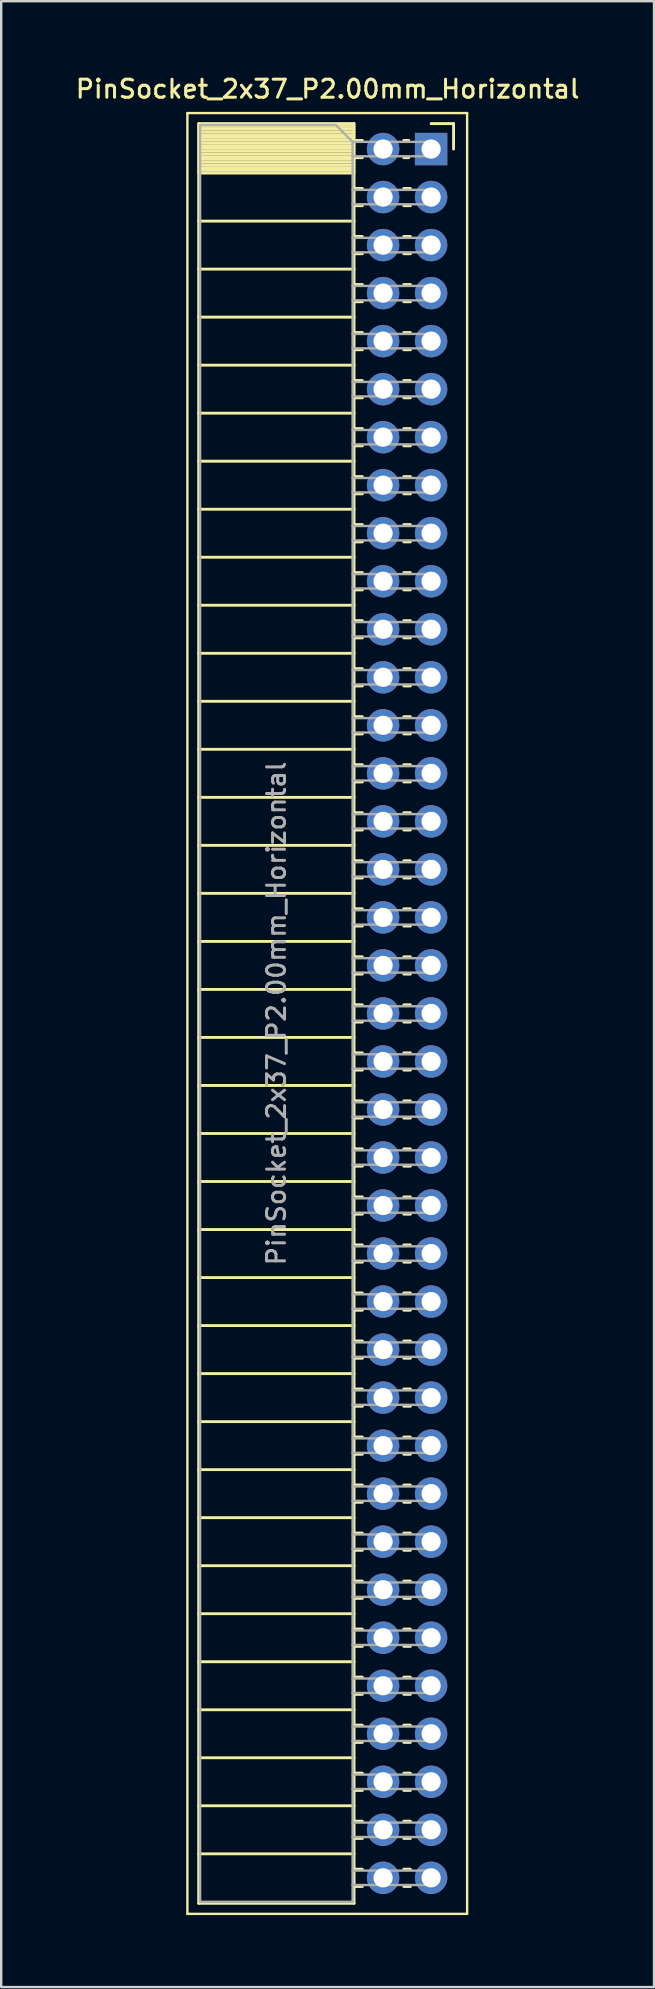
<source format=kicad_pcb>
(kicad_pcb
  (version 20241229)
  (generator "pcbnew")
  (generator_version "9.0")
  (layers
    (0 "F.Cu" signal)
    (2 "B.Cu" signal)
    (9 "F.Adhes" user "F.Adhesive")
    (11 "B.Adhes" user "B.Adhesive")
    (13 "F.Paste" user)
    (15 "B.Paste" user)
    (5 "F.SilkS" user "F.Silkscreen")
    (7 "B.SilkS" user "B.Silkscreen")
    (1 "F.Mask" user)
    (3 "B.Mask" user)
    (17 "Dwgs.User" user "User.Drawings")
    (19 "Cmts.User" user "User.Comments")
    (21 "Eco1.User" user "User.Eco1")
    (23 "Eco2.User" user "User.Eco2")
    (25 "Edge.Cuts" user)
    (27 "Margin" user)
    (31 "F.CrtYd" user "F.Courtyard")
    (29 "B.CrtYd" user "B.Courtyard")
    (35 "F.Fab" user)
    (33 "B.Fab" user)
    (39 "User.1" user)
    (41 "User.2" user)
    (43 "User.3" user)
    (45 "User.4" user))
  (footprint "PinSocket_2x37_P2.00mm_Horizontal"
    (layer "F.Cu")
    (at 14.905 3.158)
    (property "Reference" "PinSocket_2x37_P2.00mm_Horizontal" (at -4.31 -2.5 0) (layer "F.SilkS") (effects (font (size 0.75 0.75) (thickness 0.125))))
    (attr through_hole)
    (fp_line (start -10.15 -1.5) (end -10.15 73.5) (stroke (width 0.1) (type solid)) (layer "F.SilkS"))
    (fp_line (start -10.15 73.5) (end 1.5 73.5) (stroke (width 0.1) (type solid)) (layer "F.SilkS"))
    (fp_line (start -9.68 -1.06) (end -9.68 73.06) (stroke (width 0.12) (type solid)) (layer "F.SilkS"))
    (fp_line (start -9.68 -1.06) (end -3.21 -1.06) (stroke (width 0.12) (type solid)) (layer "F.SilkS"))
    (fp_line (start -9.68 -0.94) (end -3.21 -0.94) (stroke (width 0.12) (type solid)) (layer "F.SilkS"))
    (fp_line (start -9.68 -0.826) (end -3.21 -0.826) (stroke (width 0.12) (type solid)) (layer "F.SilkS"))
    (fp_line (start -9.68 -0.712) (end -3.21 -0.712) (stroke (width 0.12) (type solid)) (layer "F.SilkS"))
    (fp_line (start -9.68 -0.598) (end -3.21 -0.598) (stroke (width 0.12) (type solid)) (layer "F.SilkS"))
    (fp_line (start -9.68 -0.484) (end -3.21 -0.484) (stroke (width 0.12) (type solid)) (layer "F.SilkS"))
    (fp_line (start -9.68 -0.369) (end -3.21 -0.369) (stroke (width 0.12) (type solid)) (layer "F.SilkS"))
    (fp_line (start -9.68 -0.255) (end -3.21 -0.255) (stroke (width 0.12) (type solid)) (layer "F.SilkS"))
    (fp_line (start -9.68 -0.141) (end -3.21 -0.141) (stroke (width 0.12) (type solid)) (layer "F.SilkS"))
    (fp_line (start -9.68 -0.027) (end -3.21 -0.027) (stroke (width 0.12) (type solid)) (layer "F.SilkS"))
    (fp_line (start -9.68 0.087) (end -3.21 0.087) (stroke (width 0.12) (type solid)) (layer "F.SilkS"))
    (fp_line (start -9.68 0.201) (end -3.21 0.201) (stroke (width 0.12) (type solid)) (layer "F.SilkS"))
    (fp_line (start -9.68 0.315) (end -3.21 0.315) (stroke (width 0.12) (type solid)) (layer "F.SilkS"))
    (fp_line (start -9.68 0.429) (end -3.21 0.429) (stroke (width 0.12) (type solid)) (layer "F.SilkS"))
    (fp_line (start -9.68 0.544) (end -3.21 0.544) (stroke (width 0.12) (type solid)) (layer "F.SilkS"))
    (fp_line (start -9.68 0.658) (end -3.21 0.658) (stroke (width 0.12) (type solid)) (layer "F.SilkS"))
    (fp_line (start -9.68 0.772) (end -3.21 0.772) (stroke (width 0.12) (type solid)) (layer "F.SilkS"))
    (fp_line (start -9.68 0.886) (end -3.21 0.886) (stroke (width 0.12) (type solid)) (layer "F.SilkS"))
    (fp_line (start -9.68 1) (end -3.21 1) (stroke (width 0.12) (type solid)) (layer "F.SilkS"))
    (fp_line (start -9.68 3) (end -3.21 3) (stroke (width 0.12) (type solid)) (layer "F.SilkS"))
    (fp_line (start -9.68 5) (end -3.21 5) (stroke (width 0.12) (type solid)) (layer "F.SilkS"))
    (fp_line (start -9.68 7) (end -3.21 7) (stroke (width 0.12) (type solid)) (layer "F.SilkS"))
    (fp_line (start -9.68 9) (end -3.21 9) (stroke (width 0.12) (type solid)) (layer "F.SilkS"))
    (fp_line (start -9.68 11) (end -3.21 11) (stroke (width 0.12) (type solid)) (layer "F.SilkS"))
    (fp_line (start -9.68 13) (end -3.21 13) (stroke (width 0.12) (type solid)) (layer "F.SilkS"))
    (fp_line (start -9.68 15) (end -3.21 15) (stroke (width 0.12) (type solid)) (layer "F.SilkS"))
    (fp_line (start -9.68 17) (end -3.21 17) (stroke (width 0.12) (type solid)) (layer "F.SilkS"))
    (fp_line (start -9.68 19) (end -3.21 19) (stroke (width 0.12) (type solid)) (layer "F.SilkS"))
    (fp_line (start -9.68 21) (end -3.21 21) (stroke (width 0.12) (type solid)) (layer "F.SilkS"))
    (fp_line (start -9.68 23) (end -3.21 23) (stroke (width 0.12) (type solid)) (layer "F.SilkS"))
    (fp_line (start -9.68 25) (end -3.21 25) (stroke (width 0.12) (type solid)) (layer "F.SilkS"))
    (fp_line (start -9.68 27) (end -3.21 27) (stroke (width 0.12) (type solid)) (layer "F.SilkS"))
    (fp_line (start -9.68 29) (end -3.21 29) (stroke (width 0.12) (type solid)) (layer "F.SilkS"))
    (fp_line (start -9.68 31) (end -3.21 31) (stroke (width 0.12) (type solid)) (layer "F.SilkS"))
    (fp_line (start -9.68 33) (end -3.21 33) (stroke (width 0.12) (type solid)) (layer "F.SilkS"))
    (fp_line (start -9.68 35) (end -3.21 35) (stroke (width 0.12) (type solid)) (layer "F.SilkS"))
    (fp_line (start -9.68 37) (end -3.21 37) (stroke (width 0.12) (type solid)) (layer "F.SilkS"))
    (fp_line (start -9.68 39) (end -3.21 39) (stroke (width 0.12) (type solid)) (layer "F.SilkS"))
    (fp_line (start -9.68 41) (end -3.21 41) (stroke (width 0.12) (type solid)) (layer "F.SilkS"))
    (fp_line (start -9.68 43) (end -3.21 43) (stroke (width 0.12) (type solid)) (layer "F.SilkS"))
    (fp_line (start -9.68 45) (end -3.21 45) (stroke (width 0.12) (type solid)) (layer "F.SilkS"))
    (fp_line (start -9.68 47) (end -3.21 47) (stroke (width 0.12) (type solid)) (layer "F.SilkS"))
    (fp_line (start -9.68 49) (end -3.21 49) (stroke (width 0.12) (type solid)) (layer "F.SilkS"))
    (fp_line (start -9.68 51) (end -3.21 51) (stroke (width 0.12) (type solid)) (layer "F.SilkS"))
    (fp_line (start -9.68 53) (end -3.21 53) (stroke (width 0.12) (type solid)) (layer "F.SilkS"))
    (fp_line (start -9.68 55) (end -3.21 55) (stroke (width 0.12) (type solid)) (layer "F.SilkS"))
    (fp_line (start -9.68 57) (end -3.21 57) (stroke (width 0.12) (type solid)) (layer "F.SilkS"))
    (fp_line (start -9.68 59) (end -3.21 59) (stroke (width 0.12) (type solid)) (layer "F.SilkS"))
    (fp_line (start -9.68 61) (end -3.21 61) (stroke (width 0.12) (type solid)) (layer "F.SilkS"))
    (fp_line (start -9.68 63) (end -3.21 63) (stroke (width 0.12) (type solid)) (layer "F.SilkS"))
    (fp_line (start -9.68 65) (end -3.21 65) (stroke (width 0.12) (type solid)) (layer "F.SilkS"))
    (fp_line (start -9.68 67) (end -3.21 67) (stroke (width 0.12) (type solid)) (layer "F.SilkS"))
    (fp_line (start -9.68 69) (end -3.21 69) (stroke (width 0.12) (type solid)) (layer "F.SilkS"))
    (fp_line (start -9.68 71) (end -3.21 71) (stroke (width 0.12) (type solid)) (layer "F.SilkS"))
    (fp_line (start -9.68 73.06) (end -3.21 73.06) (stroke (width 0.12) (type solid)) (layer "F.SilkS"))
    (fp_line (start -3.21 -1.06) (end -3.21 73.06) (stroke (width 0.12) (type solid)) (layer "F.SilkS"))
    (fp_line (start -3.21 -0.36) (end -2.863 -0.36) (stroke (width 0.12) (type solid)) (layer "F.SilkS"))
    (fp_line (start -3.21 0.36) (end -2.863 0.36) (stroke (width 0.12) (type solid)) (layer "F.SilkS"))
    (fp_line (start -3.21 1.64) (end -2.863 1.64) (stroke (width 0.12) (type solid)) (layer "F.SilkS"))
    (fp_line (start -3.21 2.36) (end -2.863 2.36) (stroke (width 0.12) (type solid)) (layer "F.SilkS"))
    (fp_line (start -3.21 3.64) (end -2.863 3.64) (stroke (width 0.12) (type solid)) (layer "F.SilkS"))
    (fp_line (start -3.21 4.36) (end -2.863 4.36) (stroke (width 0.12) (type solid)) (layer "F.SilkS"))
    (fp_line (start -3.21 5.64) (end -2.863 5.64) (stroke (width 0.12) (type solid)) (layer "F.SilkS"))
    (fp_line (start -3.21 6.36) (end -2.863 6.36) (stroke (width 0.12) (type solid)) (layer "F.SilkS"))
    (fp_line (start -3.21 7.64) (end -2.863 7.64) (stroke (width 0.12) (type solid)) (layer "F.SilkS"))
    (fp_line (start -3.21 8.36) (end -2.863 8.36) (stroke (width 0.12) (type solid)) (layer "F.SilkS"))
    (fp_line (start -3.21 9.64) (end -2.863 9.64) (stroke (width 0.12) (type solid)) (layer "F.SilkS"))
    (fp_line (start -3.21 10.36) (end -2.863 10.36) (stroke (width 0.12) (type solid)) (layer "F.SilkS"))
    (fp_line (start -3.21 11.64) (end -2.863 11.64) (stroke (width 0.12) (type solid)) (layer "F.SilkS"))
    (fp_line (start -3.21 12.36) (end -2.863 12.36) (stroke (width 0.12) (type solid)) (layer "F.SilkS"))
    (fp_line (start -3.21 13.64) (end -2.863 13.64) (stroke (width 0.12) (type solid)) (layer "F.SilkS"))
    (fp_line (start -3.21 14.36) (end -2.863 14.36) (stroke (width 0.12) (type solid)) (layer "F.SilkS"))
    (fp_line (start -3.21 15.64) (end -2.863 15.64) (stroke (width 0.12) (type solid)) (layer "F.SilkS"))
    (fp_line (start -3.21 16.36) (end -2.863 16.36) (stroke (width 0.12) (type solid)) (layer "F.SilkS"))
    (fp_line (start -3.21 17.64) (end -2.863 17.64) (stroke (width 0.12) (type solid)) (layer "F.SilkS"))
    (fp_line (start -3.21 18.36) (end -2.863 18.36) (stroke (width 0.12) (type solid)) (layer "F.SilkS"))
    (fp_line (start -3.21 19.64) (end -2.863 19.64) (stroke (width 0.12) (type solid)) (layer "F.SilkS"))
    (fp_line (start -3.21 20.36) (end -2.863 20.36) (stroke (width 0.12) (type solid)) (layer "F.SilkS"))
    (fp_line (start -3.21 21.64) (end -2.863 21.64) (stroke (width 0.12) (type solid)) (layer "F.SilkS"))
    (fp_line (start -3.21 22.36) (end -2.863 22.36) (stroke (width 0.12) (type solid)) (layer "F.SilkS"))
    (fp_line (start -3.21 23.64) (end -2.863 23.64) (stroke (width 0.12) (type solid)) (layer "F.SilkS"))
    (fp_line (start -3.21 24.36) (end -2.863 24.36) (stroke (width 0.12) (type solid)) (layer "F.SilkS"))
    (fp_line (start -3.21 25.64) (end -2.863 25.64) (stroke (width 0.12) (type solid)) (layer "F.SilkS"))
    (fp_line (start -3.21 26.36) (end -2.863 26.36) (stroke (width 0.12) (type solid)) (layer "F.SilkS"))
    (fp_line (start -3.21 27.64) (end -2.863 27.64) (stroke (width 0.12) (type solid)) (layer "F.SilkS"))
    (fp_line (start -3.21 28.36) (end -2.863 28.36) (stroke (width 0.12) (type solid)) (layer "F.SilkS"))
    (fp_line (start -3.21 29.64) (end -2.863 29.64) (stroke (width 0.12) (type solid)) (layer "F.SilkS"))
    (fp_line (start -3.21 30.36) (end -2.863 30.36) (stroke (width 0.12) (type solid)) (layer "F.SilkS"))
    (fp_line (start -3.21 31.64) (end -2.863 31.64) (stroke (width 0.12) (type solid)) (layer "F.SilkS"))
    (fp_line (start -3.21 32.36) (end -2.863 32.36) (stroke (width 0.12) (type solid)) (layer "F.SilkS"))
    (fp_line (start -3.21 33.64) (end -2.863 33.64) (stroke (width 0.12) (type solid)) (layer "F.SilkS"))
    (fp_line (start -3.21 34.36) (end -2.863 34.36) (stroke (width 0.12) (type solid)) (layer "F.SilkS"))
    (fp_line (start -3.21 35.64) (end -2.863 35.64) (stroke (width 0.12) (type solid)) (layer "F.SilkS"))
    (fp_line (start -3.21 36.36) (end -2.863 36.36) (stroke (width 0.12) (type solid)) (layer "F.SilkS"))
    (fp_line (start -3.21 37.64) (end -2.863 37.64) (stroke (width 0.12) (type solid)) (layer "F.SilkS"))
    (fp_line (start -3.21 38.36) (end -2.863 38.36) (stroke (width 0.12) (type solid)) (layer "F.SilkS"))
    (fp_line (start -3.21 39.64) (end -2.863 39.64) (stroke (width 0.12) (type solid)) (layer "F.SilkS"))
    (fp_line (start -3.21 40.36) (end -2.863 40.36) (stroke (width 0.12) (type solid)) (layer "F.SilkS"))
    (fp_line (start -3.21 41.64) (end -2.863 41.64) (stroke (width 0.12) (type solid)) (layer "F.SilkS"))
    (fp_line (start -3.21 42.36) (end -2.863 42.36) (stroke (width 0.12) (type solid)) (layer "F.SilkS"))
    (fp_line (start -3.21 43.64) (end -2.863 43.64) (stroke (width 0.12) (type solid)) (layer "F.SilkS"))
    (fp_line (start -3.21 44.36) (end -2.863 44.36) (stroke (width 0.12) (type solid)) (layer "F.SilkS"))
    (fp_line (start -3.21 45.64) (end -2.863 45.64) (stroke (width 0.12) (type solid)) (layer "F.SilkS"))
    (fp_line (start -3.21 46.36) (end -2.863 46.36) (stroke (width 0.12) (type solid)) (layer "F.SilkS"))
    (fp_line (start -3.21 47.64) (end -2.863 47.64) (stroke (width 0.12) (type solid)) (layer "F.SilkS"))
    (fp_line (start -3.21 48.36) (end -2.863 48.36) (stroke (width 0.12) (type solid)) (layer "F.SilkS"))
    (fp_line (start -3.21 49.64) (end -2.863 49.64) (stroke (width 0.12) (type solid)) (layer "F.SilkS"))
    (fp_line (start -3.21 50.36) (end -2.863 50.36) (stroke (width 0.12) (type solid)) (layer "F.SilkS"))
    (fp_line (start -3.21 51.64) (end -2.863 51.64) (stroke (width 0.12) (type solid)) (layer "F.SilkS"))
    (fp_line (start -3.21 52.36) (end -2.863 52.36) (stroke (width 0.12) (type solid)) (layer "F.SilkS"))
    (fp_line (start -3.21 53.64) (end -2.863 53.64) (stroke (width 0.12) (type solid)) (layer "F.SilkS"))
    (fp_line (start -3.21 54.36) (end -2.863 54.36) (stroke (width 0.12) (type solid)) (layer "F.SilkS"))
    (fp_line (start -3.21 55.64) (end -2.863 55.64) (stroke (width 0.12) (type solid)) (layer "F.SilkS"))
    (fp_line (start -3.21 56.36) (end -2.863 56.36) (stroke (width 0.12) (type solid)) (layer "F.SilkS"))
    (fp_line (start -3.21 57.64) (end -2.863 57.64) (stroke (width 0.12) (type solid)) (layer "F.SilkS"))
    (fp_line (start -3.21 58.36) (end -2.863 58.36) (stroke (width 0.12) (type solid)) (layer "F.SilkS"))
    (fp_line (start -3.21 59.64) (end -2.863 59.64) (stroke (width 0.12) (type solid)) (layer "F.SilkS"))
    (fp_line (start -3.21 60.36) (end -2.863 60.36) (stroke (width 0.12) (type solid)) (layer "F.SilkS"))
    (fp_line (start -3.21 61.64) (end -2.863 61.64) (stroke (width 0.12) (type solid)) (layer "F.SilkS"))
    (fp_line (start -3.21 62.36) (end -2.863 62.36) (stroke (width 0.12) (type solid)) (layer "F.SilkS"))
    (fp_line (start -3.21 63.64) (end -2.863 63.64) (stroke (width 0.12) (type solid)) (layer "F.SilkS"))
    (fp_line (start -3.21 64.36) (end -2.863 64.36) (stroke (width 0.12) (type solid)) (layer "F.SilkS"))
    (fp_line (start -3.21 65.64) (end -2.863 65.64) (stroke (width 0.12) (type solid)) (layer "F.SilkS"))
    (fp_line (start -3.21 66.36) (end -2.863 66.36) (stroke (width 0.12) (type solid)) (layer "F.SilkS"))
    (fp_line (start -3.21 67.64) (end -2.863 67.64) (stroke (width 0.12) (type solid)) (layer "F.SilkS"))
    (fp_line (start -3.21 68.36) (end -2.863 68.36) (stroke (width 0.12) (type solid)) (layer "F.SilkS"))
    (fp_line (start -3.21 69.64) (end -2.863 69.64) (stroke (width 0.12) (type solid)) (layer "F.SilkS"))
    (fp_line (start -3.21 70.36) (end -2.863 70.36) (stroke (width 0.12) (type solid)) (layer "F.SilkS"))
    (fp_line (start -3.21 71.64) (end -2.863 71.64) (stroke (width 0.12) (type solid)) (layer "F.SilkS"))
    (fp_line (start -3.21 72.36) (end -2.863 72.36) (stroke (width 0.12) (type solid)) (layer "F.SilkS"))
    (fp_line (start -1.137 -0.36) (end -0.935 -0.36) (stroke (width 0.12) (type solid)) (layer "F.SilkS"))
    (fp_line (start -1.137 0.36) (end -0.935 0.36) (stroke (width 0.12) (type solid)) (layer "F.SilkS"))
    (fp_line (start -1.137 1.64) (end -0.863 1.64) (stroke (width 0.12) (type solid)) (layer "F.SilkS"))
    (fp_line (start -1.137 2.36) (end -0.863 2.36) (stroke (width 0.12) (type solid)) (layer "F.SilkS"))
    (fp_line (start -1.137 3.64) (end -0.863 3.64) (stroke (width 0.12) (type solid)) (layer "F.SilkS"))
    (fp_line (start -1.137 4.36) (end -0.863 4.36) (stroke (width 0.12) (type solid)) (layer "F.SilkS"))
    (fp_line (start -1.137 5.64) (end -0.863 5.64) (stroke (width 0.12) (type solid)) (layer "F.SilkS"))
    (fp_line (start -1.137 6.36) (end -0.863 6.36) (stroke (width 0.12) (type solid)) (layer "F.SilkS"))
    (fp_line (start -1.137 7.64) (end -0.863 7.64) (stroke (width 0.12) (type solid)) (layer "F.SilkS"))
    (fp_line (start -1.137 8.36) (end -0.863 8.36) (stroke (width 0.12) (type solid)) (layer "F.SilkS"))
    (fp_line (start -1.137 9.64) (end -0.863 9.64) (stroke (width 0.12) (type solid)) (layer "F.SilkS"))
    (fp_line (start -1.137 10.36) (end -0.863 10.36) (stroke (width 0.12) (type solid)) (layer "F.SilkS"))
    (fp_line (start -1.137 11.64) (end -0.863 11.64) (stroke (width 0.12) (type solid)) (layer "F.SilkS"))
    (fp_line (start -1.137 12.36) (end -0.863 12.36) (stroke (width 0.12) (type solid)) (layer "F.SilkS"))
    (fp_line (start -1.137 13.64) (end -0.863 13.64) (stroke (width 0.12) (type solid)) (layer "F.SilkS"))
    (fp_line (start -1.137 14.36) (end -0.863 14.36) (stroke (width 0.12) (type solid)) (layer "F.SilkS"))
    (fp_line (start -1.137 15.64) (end -0.863 15.64) (stroke (width 0.12) (type solid)) (layer "F.SilkS"))
    (fp_line (start -1.137 16.36) (end -0.863 16.36) (stroke (width 0.12) (type solid)) (layer "F.SilkS"))
    (fp_line (start -1.137 17.64) (end -0.863 17.64) (stroke (width 0.12) (type solid)) (layer "F.SilkS"))
    (fp_line (start -1.137 18.36) (end -0.863 18.36) (stroke (width 0.12) (type solid)) (layer "F.SilkS"))
    (fp_line (start -1.137 19.64) (end -0.863 19.64) (stroke (width 0.12) (type solid)) (layer "F.SilkS"))
    (fp_line (start -1.137 20.36) (end -0.863 20.36) (stroke (width 0.12) (type solid)) (layer "F.SilkS"))
    (fp_line (start -1.137 21.64) (end -0.863 21.64) (stroke (width 0.12) (type solid)) (layer "F.SilkS"))
    (fp_line (start -1.137 22.36) (end -0.863 22.36) (stroke (width 0.12) (type solid)) (layer "F.SilkS"))
    (fp_line (start -1.137 23.64) (end -0.863 23.64) (stroke (width 0.12) (type solid)) (layer "F.SilkS"))
    (fp_line (start -1.137 24.36) (end -0.863 24.36) (stroke (width 0.12) (type solid)) (layer "F.SilkS"))
    (fp_line (start -1.137 25.64) (end -0.863 25.64) (stroke (width 0.12) (type solid)) (layer "F.SilkS"))
    (fp_line (start -1.137 26.36) (end -0.863 26.36) (stroke (width 0.12) (type solid)) (layer "F.SilkS"))
    (fp_line (start -1.137 27.64) (end -0.863 27.64) (stroke (width 0.12) (type solid)) (layer "F.SilkS"))
    (fp_line (start -1.137 28.36) (end -0.863 28.36) (stroke (width 0.12) (type solid)) (layer "F.SilkS"))
    (fp_line (start -1.137 29.64) (end -0.863 29.64) (stroke (width 0.12) (type solid)) (layer "F.SilkS"))
    (fp_line (start -1.137 30.36) (end -0.863 30.36) (stroke (width 0.12) (type solid)) (layer "F.SilkS"))
    (fp_line (start -1.137 31.64) (end -0.863 31.64) (stroke (width 0.12) (type solid)) (layer "F.SilkS"))
    (fp_line (start -1.137 32.36) (end -0.863 32.36) (stroke (width 0.12) (type solid)) (layer "F.SilkS"))
    (fp_line (start -1.137 33.64) (end -0.863 33.64) (stroke (width 0.12) (type solid)) (layer "F.SilkS"))
    (fp_line (start -1.137 34.36) (end -0.863 34.36) (stroke (width 0.12) (type solid)) (layer "F.SilkS"))
    (fp_line (start -1.137 35.64) (end -0.863 35.64) (stroke (width 0.12) (type solid)) (layer "F.SilkS"))
    (fp_line (start -1.137 36.36) (end -0.863 36.36) (stroke (width 0.12) (type solid)) (layer "F.SilkS"))
    (fp_line (start -1.137 37.64) (end -0.863 37.64) (stroke (width 0.12) (type solid)) (layer "F.SilkS"))
    (fp_line (start -1.137 38.36) (end -0.863 38.36) (stroke (width 0.12) (type solid)) (layer "F.SilkS"))
    (fp_line (start -1.137 39.64) (end -0.863 39.64) (stroke (width 0.12) (type solid)) (layer "F.SilkS"))
    (fp_line (start -1.137 40.36) (end -0.863 40.36) (stroke (width 0.12) (type solid)) (layer "F.SilkS"))
    (fp_line (start -1.137 41.64) (end -0.863 41.64) (stroke (width 0.12) (type solid)) (layer "F.SilkS"))
    (fp_line (start -1.137 42.36) (end -0.863 42.36) (stroke (width 0.12) (type solid)) (layer "F.SilkS"))
    (fp_line (start -1.137 43.64) (end -0.863 43.64) (stroke (width 0.12) (type solid)) (layer "F.SilkS"))
    (fp_line (start -1.137 44.36) (end -0.863 44.36) (stroke (width 0.12) (type solid)) (layer "F.SilkS"))
    (fp_line (start -1.137 45.64) (end -0.863 45.64) (stroke (width 0.12) (type solid)) (layer "F.SilkS"))
    (fp_line (start -1.137 46.36) (end -0.863 46.36) (stroke (width 0.12) (type solid)) (layer "F.SilkS"))
    (fp_line (start -1.137 47.64) (end -0.863 47.64) (stroke (width 0.12) (type solid)) (layer "F.SilkS"))
    (fp_line (start -1.137 48.36) (end -0.863 48.36) (stroke (width 0.12) (type solid)) (layer "F.SilkS"))
    (fp_line (start -1.137 49.64) (end -0.863 49.64) (stroke (width 0.12) (type solid)) (layer "F.SilkS"))
    (fp_line (start -1.137 50.36) (end -0.863 50.36) (stroke (width 0.12) (type solid)) (layer "F.SilkS"))
    (fp_line (start -1.137 51.64) (end -0.863 51.64) (stroke (width 0.12) (type solid)) (layer "F.SilkS"))
    (fp_line (start -1.137 52.36) (end -0.863 52.36) (stroke (width 0.12) (type solid)) (layer "F.SilkS"))
    (fp_line (start -1.137 53.64) (end -0.863 53.64) (stroke (width 0.12) (type solid)) (layer "F.SilkS"))
    (fp_line (start -1.137 54.36) (end -0.863 54.36) (stroke (width 0.12) (type solid)) (layer "F.SilkS"))
    (fp_line (start -1.137 55.64) (end -0.863 55.64) (stroke (width 0.12) (type solid)) (layer "F.SilkS"))
    (fp_line (start -1.137 56.36) (end -0.863 56.36) (stroke (width 0.12) (type solid)) (layer "F.SilkS"))
    (fp_line (start -1.137 57.64) (end -0.863 57.64) (stroke (width 0.12) (type solid)) (layer "F.SilkS"))
    (fp_line (start -1.137 58.36) (end -0.863 58.36) (stroke (width 0.12) (type solid)) (layer "F.SilkS"))
    (fp_line (start -1.137 59.64) (end -0.863 59.64) (stroke (width 0.12) (type solid)) (layer "F.SilkS"))
    (fp_line (start -1.137 60.36) (end -0.863 60.36) (stroke (width 0.12) (type solid)) (layer "F.SilkS"))
    (fp_line (start -1.137 61.64) (end -0.863 61.64) (stroke (width 0.12) (type solid)) (layer "F.SilkS"))
    (fp_line (start -1.137 62.36) (end -0.863 62.36) (stroke (width 0.12) (type solid)) (layer "F.SilkS"))
    (fp_line (start -1.137 63.64) (end -0.863 63.64) (stroke (width 0.12) (type solid)) (layer "F.SilkS"))
    (fp_line (start -1.137 64.36) (end -0.863 64.36) (stroke (width 0.12) (type solid)) (layer "F.SilkS"))
    (fp_line (start -1.137 65.64) (end -0.863 65.64) (stroke (width 0.12) (type solid)) (layer "F.SilkS"))
    (fp_line (start -1.137 66.36) (end -0.863 66.36) (stroke (width 0.12) (type solid)) (layer "F.SilkS"))
    (fp_line (start -1.137 67.64) (end -0.863 67.64) (stroke (width 0.12) (type solid)) (layer "F.SilkS"))
    (fp_line (start -1.137 68.36) (end -0.863 68.36) (stroke (width 0.12) (type solid)) (layer "F.SilkS"))
    (fp_line (start -1.137 69.64) (end -0.863 69.64) (stroke (width 0.12) (type solid)) (layer "F.SilkS"))
    (fp_line (start -1.137 70.36) (end -0.863 70.36) (stroke (width 0.12) (type solid)) (layer "F.SilkS"))
    (fp_line (start -1.137 71.64) (end -0.863 71.64) (stroke (width 0.12) (type solid)) (layer "F.SilkS"))
    (fp_line (start -1.137 72.36) (end -0.863 72.36) (stroke (width 0.12) (type solid)) (layer "F.SilkS"))
    (fp_line (start 0 -1.06) (end 0.935 -1.06) (stroke (width 0.12) (type solid)) (layer "F.SilkS"))
    (fp_line (start 0.935 -1.06) (end 0.935 0) (stroke (width 0.12) (type solid)) (layer "F.SilkS"))
    (fp_line (start 1.5 -1.5) (end -10.15 -1.5) (stroke (width 0.1) (type solid)) (layer "F.SilkS"))
    (fp_line (start 1.5 73.5) (end 1.5 -1.5) (stroke (width 0.1) (type solid)) (layer "F.SilkS"))
    (fp_line (start -9.62 -1) (end -3.97 -1) (stroke (width 0.1) (type solid)) (layer "F.Fab"))
    (fp_line (start -9.62 73) (end -9.62 -1) (stroke (width 0.1) (type solid)) (layer "F.Fab"))
    (fp_line (start -3.97 -1) (end -3.27 -0.3) (stroke (width 0.1) (type solid)) (layer "F.Fab"))
    (fp_line (start -3.27 -0.3) (end -3.27 73) (stroke (width 0.1) (type solid)) (layer "F.Fab"))
    (fp_line (start -3.27 0.3) (end 0 0.3) (stroke (width 0.1) (type solid)) (layer "F.Fab"))
    (fp_line (start -3.27 2.3) (end 0 2.3) (stroke (width 0.1) (type solid)) (layer "F.Fab"))
    (fp_line (start -3.27 4.3) (end 0 4.3) (stroke (width 0.1) (type solid)) (layer "F.Fab"))
    (fp_line (start -3.27 6.3) (end 0 6.3) (stroke (width 0.1) (type solid)) (layer "F.Fab"))
    (fp_line (start -3.27 8.3) (end 0 8.3) (stroke (width 0.1) (type solid)) (layer "F.Fab"))
    (fp_line (start -3.27 10.3) (end 0 10.3) (stroke (width 0.1) (type solid)) (layer "F.Fab"))
    (fp_line (start -3.27 12.3) (end 0 12.3) (stroke (width 0.1) (type solid)) (layer "F.Fab"))
    (fp_line (start -3.27 14.3) (end 0 14.3) (stroke (width 0.1) (type solid)) (layer "F.Fab"))
    (fp_line (start -3.27 16.3) (end 0 16.3) (stroke (width 0.1) (type solid)) (layer "F.Fab"))
    (fp_line (start -3.27 18.3) (end 0 18.3) (stroke (width 0.1) (type solid)) (layer "F.Fab"))
    (fp_line (start -3.27 20.3) (end 0 20.3) (stroke (width 0.1) (type solid)) (layer "F.Fab"))
    (fp_line (start -3.27 22.3) (end 0 22.3) (stroke (width 0.1) (type solid)) (layer "F.Fab"))
    (fp_line (start -3.27 24.3) (end 0 24.3) (stroke (width 0.1) (type solid)) (layer "F.Fab"))
    (fp_line (start -3.27 26.3) (end 0 26.3) (stroke (width 0.1) (type solid)) (layer "F.Fab"))
    (fp_line (start -3.27 28.3) (end 0 28.3) (stroke (width 0.1) (type solid)) (layer "F.Fab"))
    (fp_line (start -3.27 30.3) (end 0 30.3) (stroke (width 0.1) (type solid)) (layer "F.Fab"))
    (fp_line (start -3.27 32.3) (end 0 32.3) (stroke (width 0.1) (type solid)) (layer "F.Fab"))
    (fp_line (start -3.27 34.3) (end 0 34.3) (stroke (width 0.1) (type solid)) (layer "F.Fab"))
    (fp_line (start -3.27 36.3) (end 0 36.3) (stroke (width 0.1) (type solid)) (layer "F.Fab"))
    (fp_line (start -3.27 38.3) (end 0 38.3) (stroke (width 0.1) (type solid)) (layer "F.Fab"))
    (fp_line (start -3.27 40.3) (end 0 40.3) (stroke (width 0.1) (type solid)) (layer "F.Fab"))
    (fp_line (start -3.27 42.3) (end 0 42.3) (stroke (width 0.1) (type solid)) (layer "F.Fab"))
    (fp_line (start -3.27 44.3) (end 0 44.3) (stroke (width 0.1) (type solid)) (layer "F.Fab"))
    (fp_line (start -3.27 46.3) (end 0 46.3) (stroke (width 0.1) (type solid)) (layer "F.Fab"))
    (fp_line (start -3.27 48.3) (end 0 48.3) (stroke (width 0.1) (type solid)) (layer "F.Fab"))
    (fp_line (start -3.27 50.3) (end 0 50.3) (stroke (width 0.1) (type solid)) (layer "F.Fab"))
    (fp_line (start -3.27 52.3) (end 0 52.3) (stroke (width 0.1) (type solid)) (layer "F.Fab"))
    (fp_line (start -3.27 54.3) (end 0 54.3) (stroke (width 0.1) (type solid)) (layer "F.Fab"))
    (fp_line (start -3.27 56.3) (end 0 56.3) (stroke (width 0.1) (type solid)) (layer "F.Fab"))
    (fp_line (start -3.27 58.3) (end 0 58.3) (stroke (width 0.1) (type solid)) (layer "F.Fab"))
    (fp_line (start -3.27 60.3) (end 0 60.3) (stroke (width 0.1) (type solid)) (layer "F.Fab"))
    (fp_line (start -3.27 62.3) (end 0 62.3) (stroke (width 0.1) (type solid)) (layer "F.Fab"))
    (fp_line (start -3.27 64.3) (end 0 64.3) (stroke (width 0.1) (type solid)) (layer "F.Fab"))
    (fp_line (start -3.27 66.3) (end 0 66.3) (stroke (width 0.1) (type solid)) (layer "F.Fab"))
    (fp_line (start -3.27 68.3) (end 0 68.3) (stroke (width 0.1) (type solid)) (layer "F.Fab"))
    (fp_line (start -3.27 70.3) (end 0 70.3) (stroke (width 0.1) (type solid)) (layer "F.Fab"))
    (fp_line (start -3.27 72.3) (end 0 72.3) (stroke (width 0.1) (type solid)) (layer "F.Fab"))
    (fp_line (start -3.27 73) (end -9.62 73) (stroke (width 0.1) (type solid)) (layer "F.Fab"))
    (fp_line (start 0 -0.3) (end -3.27 -0.3) (stroke (width 0.1) (type solid)) (layer "F.Fab"))
    (fp_line (start 0 0.3) (end 0 -0.3) (stroke (width 0.1) (type solid)) (layer "F.Fab"))
    (fp_line (start 0 1.7) (end -3.27 1.7) (stroke (width 0.1) (type solid)) (layer "F.Fab"))
    (fp_line (start 0 2.3) (end 0 1.7) (stroke (width 0.1) (type solid)) (layer "F.Fab"))
    (fp_line (start 0 3.7) (end -3.27 3.7) (stroke (width 0.1) (type solid)) (layer "F.Fab"))
    (fp_line (start 0 4.3) (end 0 3.7) (stroke (width 0.1) (type solid)) (layer "F.Fab"))
    (fp_line (start 0 5.7) (end -3.27 5.7) (stroke (width 0.1) (type solid)) (layer "F.Fab"))
    (fp_line (start 0 6.3) (end 0 5.7) (stroke (width 0.1) (type solid)) (layer "F.Fab"))
    (fp_line (start 0 7.7) (end -3.27 7.7) (stroke (width 0.1) (type solid)) (layer "F.Fab"))
    (fp_line (start 0 8.3) (end 0 7.7) (stroke (width 0.1) (type solid)) (layer "F.Fab"))
    (fp_line (start 0 9.7) (end -3.27 9.7) (stroke (width 0.1) (type solid)) (layer "F.Fab"))
    (fp_line (start 0 10.3) (end 0 9.7) (stroke (width 0.1) (type solid)) (layer "F.Fab"))
    (fp_line (start 0 11.7) (end -3.27 11.7) (stroke (width 0.1) (type solid)) (layer "F.Fab"))
    (fp_line (start 0 12.3) (end 0 11.7) (stroke (width 0.1) (type solid)) (layer "F.Fab"))
    (fp_line (start 0 13.7) (end -3.27 13.7) (stroke (width 0.1) (type solid)) (layer "F.Fab"))
    (fp_line (start 0 14.3) (end 0 13.7) (stroke (width 0.1) (type solid)) (layer "F.Fab"))
    (fp_line (start 0 15.7) (end -3.27 15.7) (stroke (width 0.1) (type solid)) (layer "F.Fab"))
    (fp_line (start 0 16.3) (end 0 15.7) (stroke (width 0.1) (type solid)) (layer "F.Fab"))
    (fp_line (start 0 17.7) (end -3.27 17.7) (stroke (width 0.1) (type solid)) (layer "F.Fab"))
    (fp_line (start 0 18.3) (end 0 17.7) (stroke (width 0.1) (type solid)) (layer "F.Fab"))
    (fp_line (start 0 19.7) (end -3.27 19.7) (stroke (width 0.1) (type solid)) (layer "F.Fab"))
    (fp_line (start 0 20.3) (end 0 19.7) (stroke (width 0.1) (type solid)) (layer "F.Fab"))
    (fp_line (start 0 21.7) (end -3.27 21.7) (stroke (width 0.1) (type solid)) (layer "F.Fab"))
    (fp_line (start 0 22.3) (end 0 21.7) (stroke (width 0.1) (type solid)) (layer "F.Fab"))
    (fp_line (start 0 23.7) (end -3.27 23.7) (stroke (width 0.1) (type solid)) (layer "F.Fab"))
    (fp_line (start 0 24.3) (end 0 23.7) (stroke (width 0.1) (type solid)) (layer "F.Fab"))
    (fp_line (start 0 25.7) (end -3.27 25.7) (stroke (width 0.1) (type solid)) (layer "F.Fab"))
    (fp_line (start 0 26.3) (end 0 25.7) (stroke (width 0.1) (type solid)) (layer "F.Fab"))
    (fp_line (start 0 27.7) (end -3.27 27.7) (stroke (width 0.1) (type solid)) (layer "F.Fab"))
    (fp_line (start 0 28.3) (end 0 27.7) (stroke (width 0.1) (type solid)) (layer "F.Fab"))
    (fp_line (start 0 29.7) (end -3.27 29.7) (stroke (width 0.1) (type solid)) (layer "F.Fab"))
    (fp_line (start 0 30.3) (end 0 29.7) (stroke (width 0.1) (type solid)) (layer "F.Fab"))
    (fp_line (start 0 31.7) (end -3.27 31.7) (stroke (width 0.1) (type solid)) (layer "F.Fab"))
    (fp_line (start 0 32.3) (end 0 31.7) (stroke (width 0.1) (type solid)) (layer "F.Fab"))
    (fp_line (start 0 33.7) (end -3.27 33.7) (stroke (width 0.1) (type solid)) (layer "F.Fab"))
    (fp_line (start 0 34.3) (end 0 33.7) (stroke (width 0.1) (type solid)) (layer "F.Fab"))
    (fp_line (start 0 35.7) (end -3.27 35.7) (stroke (width 0.1) (type solid)) (layer "F.Fab"))
    (fp_line (start 0 36.3) (end 0 35.7) (stroke (width 0.1) (type solid)) (layer "F.Fab"))
    (fp_line (start 0 37.7) (end -3.27 37.7) (stroke (width 0.1) (type solid)) (layer "F.Fab"))
    (fp_line (start 0 38.3) (end 0 37.7) (stroke (width 0.1) (type solid)) (layer "F.Fab"))
    (fp_line (start 0 39.7) (end -3.27 39.7) (stroke (width 0.1) (type solid)) (layer "F.Fab"))
    (fp_line (start 0 40.3) (end 0 39.7) (stroke (width 0.1) (type solid)) (layer "F.Fab"))
    (fp_line (start 0 41.7) (end -3.27 41.7) (stroke (width 0.1) (type solid)) (layer "F.Fab"))
    (fp_line (start 0 42.3) (end 0 41.7) (stroke (width 0.1) (type solid)) (layer "F.Fab"))
    (fp_line (start 0 43.7) (end -3.27 43.7) (stroke (width 0.1) (type solid)) (layer "F.Fab"))
    (fp_line (start 0 44.3) (end 0 43.7) (stroke (width 0.1) (type solid)) (layer "F.Fab"))
    (fp_line (start 0 45.7) (end -3.27 45.7) (stroke (width 0.1) (type solid)) (layer "F.Fab"))
    (fp_line (start 0 46.3) (end 0 45.7) (stroke (width 0.1) (type solid)) (layer "F.Fab"))
    (fp_line (start 0 47.7) (end -3.27 47.7) (stroke (width 0.1) (type solid)) (layer "F.Fab"))
    (fp_line (start 0 48.3) (end 0 47.7) (stroke (width 0.1) (type solid)) (layer "F.Fab"))
    (fp_line (start 0 49.7) (end -3.27 49.7) (stroke (width 0.1) (type solid)) (layer "F.Fab"))
    (fp_line (start 0 50.3) (end 0 49.7) (stroke (width 0.1) (type solid)) (layer "F.Fab"))
    (fp_line (start 0 51.7) (end -3.27 51.7) (stroke (width 0.1) (type solid)) (layer "F.Fab"))
    (fp_line (start 0 52.3) (end 0 51.7) (stroke (width 0.1) (type solid)) (layer "F.Fab"))
    (fp_line (start 0 53.7) (end -3.27 53.7) (stroke (width 0.1) (type solid)) (layer "F.Fab"))
    (fp_line (start 0 54.3) (end 0 53.7) (stroke (width 0.1) (type solid)) (layer "F.Fab"))
    (fp_line (start 0 55.7) (end -3.27 55.7) (stroke (width 0.1) (type solid)) (layer "F.Fab"))
    (fp_line (start 0 56.3) (end 0 55.7) (stroke (width 0.1) (type solid)) (layer "F.Fab"))
    (fp_line (start 0 57.7) (end -3.27 57.7) (stroke (width 0.1) (type solid)) (layer "F.Fab"))
    (fp_line (start 0 58.3) (end 0 57.7) (stroke (width 0.1) (type solid)) (layer "F.Fab"))
    (fp_line (start 0 59.7) (end -3.27 59.7) (stroke (width 0.1) (type solid)) (layer "F.Fab"))
    (fp_line (start 0 60.3) (end 0 59.7) (stroke (width 0.1) (type solid)) (layer "F.Fab"))
    (fp_line (start 0 61.7) (end -3.27 61.7) (stroke (width 0.1) (type solid)) (layer "F.Fab"))
    (fp_line (start 0 62.3) (end 0 61.7) (stroke (width 0.1) (type solid)) (layer "F.Fab"))
    (fp_line (start 0 63.7) (end -3.27 63.7) (stroke (width 0.1) (type solid)) (layer "F.Fab"))
    (fp_line (start 0 64.3) (end 0 63.7) (stroke (width 0.1) (type solid)) (layer "F.Fab"))
    (fp_line (start 0 65.7) (end -3.27 65.7) (stroke (width 0.1) (type solid)) (layer "F.Fab"))
    (fp_line (start 0 66.3) (end 0 65.7) (stroke (width 0.1) (type solid)) (layer "F.Fab"))
    (fp_line (start 0 67.7) (end -3.27 67.7) (stroke (width 0.1) (type solid)) (layer "F.Fab"))
    (fp_line (start 0 68.3) (end 0 67.7) (stroke (width 0.1) (type solid)) (layer "F.Fab"))
    (fp_line (start 0 69.7) (end -3.27 69.7) (stroke (width 0.1) (type solid)) (layer "F.Fab"))
    (fp_line (start 0 70.3) (end 0 69.7) (stroke (width 0.1) (type solid)) (layer "F.Fab"))
    (fp_line (start 0 71.7) (end -3.27 71.7) (stroke (width 0.1) (type solid)) (layer "F.Fab"))
    (fp_line (start 0 72.3) (end 0 71.7) (stroke (width 0.1) (type solid)) (layer "F.Fab"))
    (fp_text user "${REFERENCE}" (at -6.445 36 90) (layer "F.Fab") (effects (font (size 0.75 0.75) (thickness 0.125))))
    (pad "1" thru_hole rect (at 0 0) (size 1.35 1.35) (drill 0.8) (layers "*.Cu" "*.Mask"))
    (pad "2" thru_hole oval (at -2 0) (size 1.35 1.35) (drill 0.8) (layers "*.Cu" "*.Mask"))
    (pad "3" thru_hole oval (at 0 2) (size 1.35 1.35) (drill 0.8) (layers "*.Cu" "*.Mask"))
    (pad "4" thru_hole oval (at -2 2) (size 1.35 1.35) (drill 0.8) (layers "*.Cu" "*.Mask"))
    (pad "5" thru_hole oval (at 0 4) (size 1.35 1.35) (drill 0.8) (layers "*.Cu" "*.Mask"))
    (pad "6" thru_hole oval (at -2 4) (size 1.35 1.35) (drill 0.8) (layers "*.Cu" "*.Mask"))
    (pad "7" thru_hole oval (at 0 6) (size 1.35 1.35) (drill 0.8) (layers "*.Cu" "*.Mask"))
    (pad "8" thru_hole oval (at -2 6) (size 1.35 1.35) (drill 0.8) (layers "*.Cu" "*.Mask"))
    (pad "9" thru_hole oval (at 0 8) (size 1.35 1.35) (drill 0.8) (layers "*.Cu" "*.Mask"))
    (pad "10" thru_hole oval (at -2 8) (size 1.35 1.35) (drill 0.8) (layers "*.Cu" "*.Mask"))
    (pad "11" thru_hole oval (at 0 10) (size 1.35 1.35) (drill 0.8) (layers "*.Cu" "*.Mask"))
    (pad "12" thru_hole oval (at -2 10) (size 1.35 1.35) (drill 0.8) (layers "*.Cu" "*.Mask"))
    (pad "13" thru_hole oval (at 0 12) (size 1.35 1.35) (drill 0.8) (layers "*.Cu" "*.Mask"))
    (pad "14" thru_hole oval (at -2 12) (size 1.35 1.35) (drill 0.8) (layers "*.Cu" "*.Mask"))
    (pad "15" thru_hole oval (at 0 14) (size 1.35 1.35) (drill 0.8) (layers "*.Cu" "*.Mask"))
    (pad "16" thru_hole oval (at -2 14) (size 1.35 1.35) (drill 0.8) (layers "*.Cu" "*.Mask"))
    (pad "17" thru_hole oval (at 0 16) (size 1.35 1.35) (drill 0.8) (layers "*.Cu" "*.Mask"))
    (pad "18" thru_hole oval (at -2 16) (size 1.35 1.35) (drill 0.8) (layers "*.Cu" "*.Mask"))
    (pad "19" thru_hole oval (at 0 18) (size 1.35 1.35) (drill 0.8) (layers "*.Cu" "*.Mask"))
    (pad "20" thru_hole oval (at -2 18) (size 1.35 1.35) (drill 0.8) (layers "*.Cu" "*.Mask"))
    (pad "21" thru_hole oval (at 0 20) (size 1.35 1.35) (drill 0.8) (layers "*.Cu" "*.Mask"))
    (pad "22" thru_hole oval (at -2 20) (size 1.35 1.35) (drill 0.8) (layers "*.Cu" "*.Mask"))
    (pad "23" thru_hole oval (at 0 22) (size 1.35 1.35) (drill 0.8) (layers "*.Cu" "*.Mask"))
    (pad "24" thru_hole oval (at -2 22) (size 1.35 1.35) (drill 0.8) (layers "*.Cu" "*.Mask"))
    (pad "25" thru_hole oval (at 0 24) (size 1.35 1.35) (drill 0.8) (layers "*.Cu" "*.Mask"))
    (pad "26" thru_hole oval (at -2 24) (size 1.35 1.35) (drill 0.8) (layers "*.Cu" "*.Mask"))
    (pad "27" thru_hole oval (at 0 26) (size 1.35 1.35) (drill 0.8) (layers "*.Cu" "*.Mask"))
    (pad "28" thru_hole oval (at -2 26) (size 1.35 1.35) (drill 0.8) (layers "*.Cu" "*.Mask"))
    (pad "29" thru_hole oval (at 0 28) (size 1.35 1.35) (drill 0.8) (layers "*.Cu" "*.Mask"))
    (pad "30" thru_hole oval (at -2 28) (size 1.35 1.35) (drill 0.8) (layers "*.Cu" "*.Mask"))
    (pad "31" thru_hole oval (at 0 30) (size 1.35 1.35) (drill 0.8) (layers "*.Cu" "*.Mask"))
    (pad "32" thru_hole oval (at -2 30) (size 1.35 1.35) (drill 0.8) (layers "*.Cu" "*.Mask"))
    (pad "33" thru_hole oval (at 0 32) (size 1.35 1.35) (drill 0.8) (layers "*.Cu" "*.Mask"))
    (pad "34" thru_hole oval (at -2 32) (size 1.35 1.35) (drill 0.8) (layers "*.Cu" "*.Mask"))
    (pad "35" thru_hole oval (at 0 34) (size 1.35 1.35) (drill 0.8) (layers "*.Cu" "*.Mask"))
    (pad "36" thru_hole oval (at -2 34) (size 1.35 1.35) (drill 0.8) (layers "*.Cu" "*.Mask"))
    (pad "37" thru_hole oval (at 0 36) (size 1.35 1.35) (drill 0.8) (layers "*.Cu" "*.Mask"))
    (pad "38" thru_hole oval (at -2 36) (size 1.35 1.35) (drill 0.8) (layers "*.Cu" "*.Mask"))
    (pad "39" thru_hole oval (at 0 38) (size 1.35 1.35) (drill 0.8) (layers "*.Cu" "*.Mask"))
    (pad "40" thru_hole oval (at -2 38) (size 1.35 1.35) (drill 0.8) (layers "*.Cu" "*.Mask"))
    (pad "41" thru_hole oval (at 0 40) (size 1.35 1.35) (drill 0.8) (layers "*.Cu" "*.Mask"))
    (pad "42" thru_hole oval (at -2 40) (size 1.35 1.35) (drill 0.8) (layers "*.Cu" "*.Mask"))
    (pad "43" thru_hole oval (at 0 42) (size 1.35 1.35) (drill 0.8) (layers "*.Cu" "*.Mask"))
    (pad "44" thru_hole oval (at -2 42) (size 1.35 1.35) (drill 0.8) (layers "*.Cu" "*.Mask"))
    (pad "45" thru_hole oval (at 0 44) (size 1.35 1.35) (drill 0.8) (layers "*.Cu" "*.Mask"))
    (pad "46" thru_hole oval (at -2 44) (size 1.35 1.35) (drill 0.8) (layers "*.Cu" "*.Mask"))
    (pad "47" thru_hole oval (at 0 46) (size 1.35 1.35) (drill 0.8) (layers "*.Cu" "*.Mask"))
    (pad "48" thru_hole oval (at -2 46) (size 1.35 1.35) (drill 0.8) (layers "*.Cu" "*.Mask"))
    (pad "49" thru_hole oval (at 0 48) (size 1.35 1.35) (drill 0.8) (layers "*.Cu" "*.Mask"))
    (pad "50" thru_hole oval (at -2 48) (size 1.35 1.35) (drill 0.8) (layers "*.Cu" "*.Mask"))
    (pad "51" thru_hole oval (at 0 50) (size 1.35 1.35) (drill 0.8) (layers "*.Cu" "*.Mask"))
    (pad "52" thru_hole oval (at -2 50) (size 1.35 1.35) (drill 0.8) (layers "*.Cu" "*.Mask"))
    (pad "53" thru_hole oval (at 0 52) (size 1.35 1.35) (drill 0.8) (layers "*.Cu" "*.Mask"))
    (pad "54" thru_hole oval (at -2 52) (size 1.35 1.35) (drill 0.8) (layers "*.Cu" "*.Mask"))
    (pad "55" thru_hole oval (at 0 54) (size 1.35 1.35) (drill 0.8) (layers "*.Cu" "*.Mask"))
    (pad "56" thru_hole oval (at -2 54) (size 1.35 1.35) (drill 0.8) (layers "*.Cu" "*.Mask"))
    (pad "57" thru_hole oval (at 0 56) (size 1.35 1.35) (drill 0.8) (layers "*.Cu" "*.Mask"))
    (pad "58" thru_hole oval (at -2 56) (size 1.35 1.35) (drill 0.8) (layers "*.Cu" "*.Mask"))
    (pad "59" thru_hole oval (at 0 58) (size 1.35 1.35) (drill 0.8) (layers "*.Cu" "*.Mask"))
    (pad "60" thru_hole oval (at -2 58) (size 1.35 1.35) (drill 0.8) (layers "*.Cu" "*.Mask"))
    (pad "61" thru_hole oval (at 0 60) (size 1.35 1.35) (drill 0.8) (layers "*.Cu" "*.Mask"))
    (pad "62" thru_hole oval (at -2 60) (size 1.35 1.35) (drill 0.8) (layers "*.Cu" "*.Mask"))
    (pad "63" thru_hole oval (at 0 62) (size 1.35 1.35) (drill 0.8) (layers "*.Cu" "*.Mask"))
    (pad "64" thru_hole oval (at -2 62) (size 1.35 1.35) (drill 0.8) (layers "*.Cu" "*.Mask"))
    (pad "65" thru_hole oval (at 0 64) (size 1.35 1.35) (drill 0.8) (layers "*.Cu" "*.Mask"))
    (pad "66" thru_hole oval (at -2 64) (size 1.35 1.35) (drill 0.8) (layers "*.Cu" "*.Mask"))
    (pad "67" thru_hole oval (at 0 66) (size 1.35 1.35) (drill 0.8) (layers "*.Cu" "*.Mask"))
    (pad "68" thru_hole oval (at -2 66) (size 1.35 1.35) (drill 0.8) (layers "*.Cu" "*.Mask"))
    (pad "69" thru_hole oval (at 0 68) (size 1.35 1.35) (drill 0.8) (layers "*.Cu" "*.Mask"))
    (pad "70" thru_hole oval (at -2 68) (size 1.35 1.35) (drill 0.8) (layers "*.Cu" "*.Mask"))
    (pad "71" thru_hole oval (at 0 70) (size 1.35 1.35) (drill 0.8) (layers "*.Cu" "*.Mask"))
    (pad "72" thru_hole oval (at -2 70) (size 1.35 1.35) (drill 0.8) (layers "*.Cu" "*.Mask"))
    (pad "73" thru_hole oval (at 0 72) (size 1.35 1.35) (drill 0.8) (layers "*.Cu" "*.Mask"))
    (pad "74" thru_hole oval (at -2 72) (size 1.35 1.35) (drill 0.8) (layers "*.Cu" "*.Mask")))
  (gr_rect
    (start -3 -3)
    (end 24.189 79.708)
    (stroke (width 0.1) (type default))
    (fill no)
    (layer "Edge.Cuts")))
</source>
